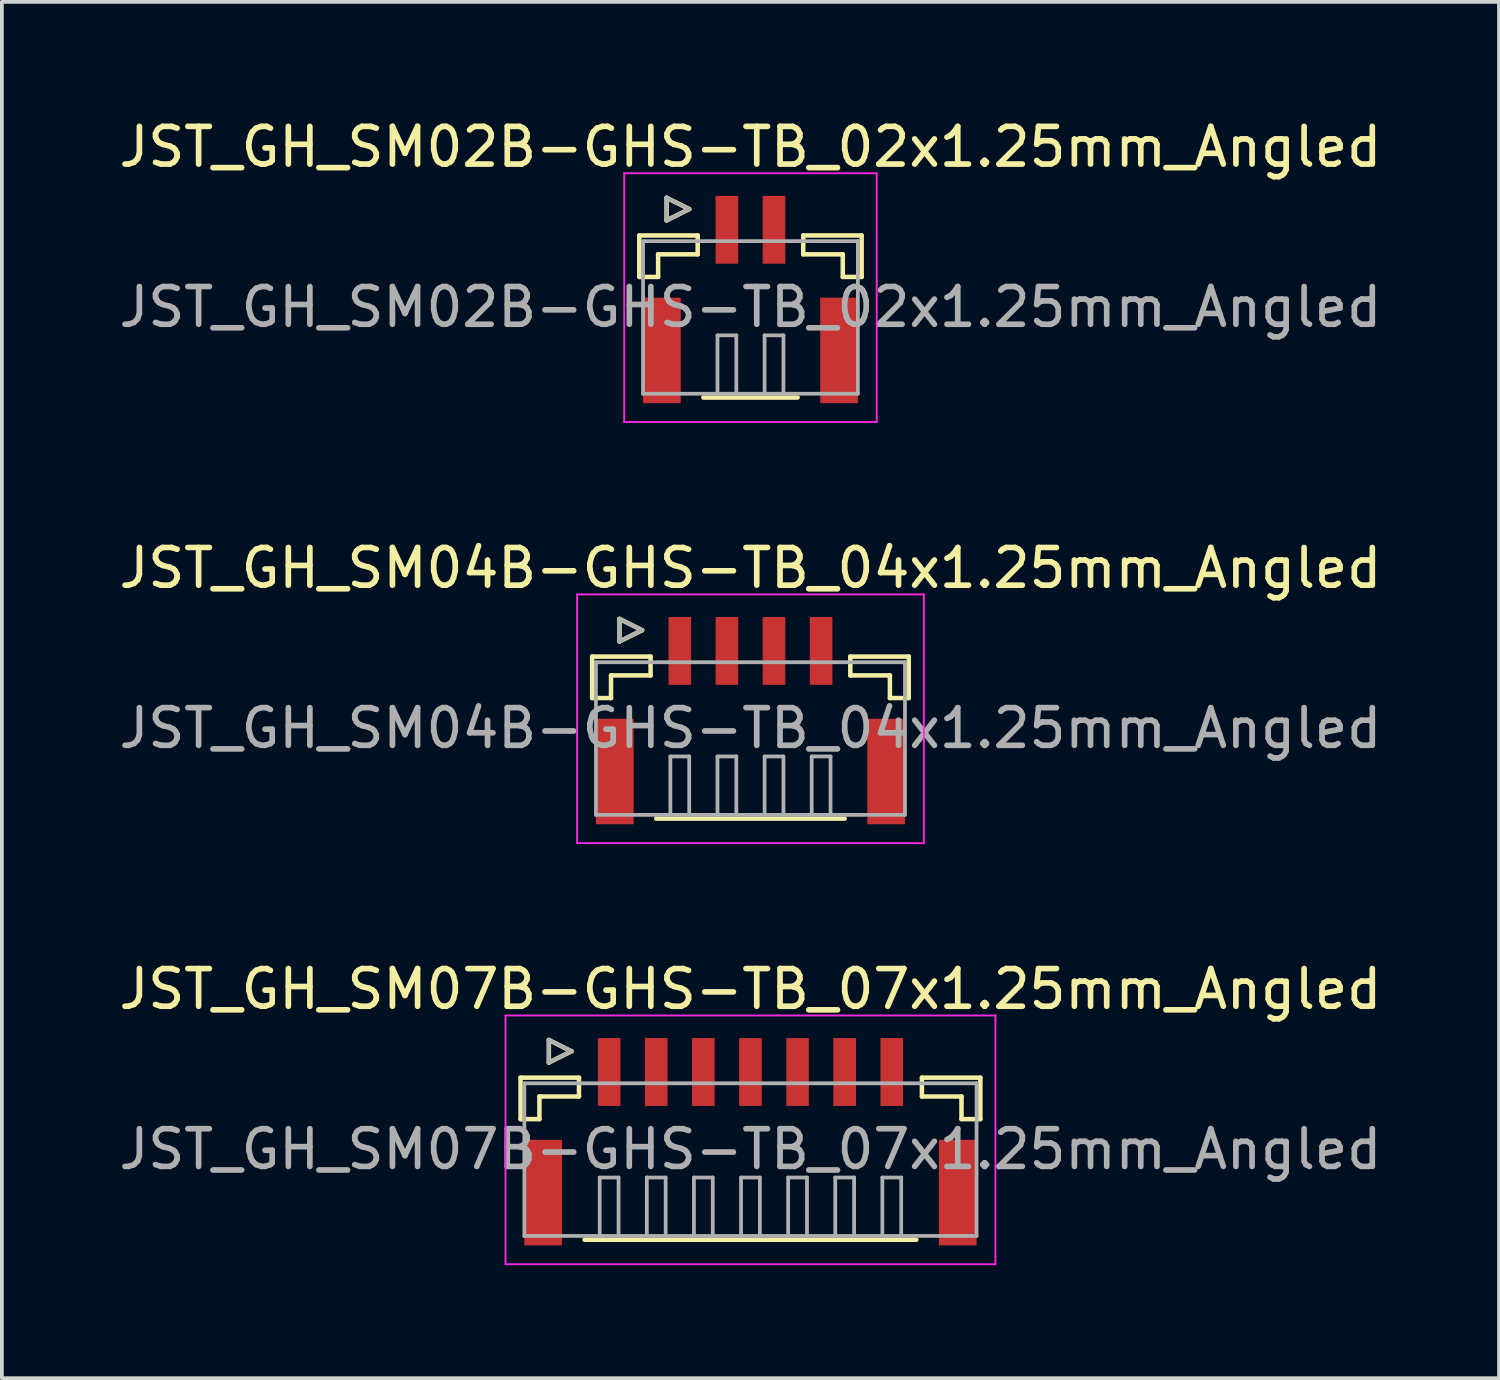
<source format=kicad_pcb>
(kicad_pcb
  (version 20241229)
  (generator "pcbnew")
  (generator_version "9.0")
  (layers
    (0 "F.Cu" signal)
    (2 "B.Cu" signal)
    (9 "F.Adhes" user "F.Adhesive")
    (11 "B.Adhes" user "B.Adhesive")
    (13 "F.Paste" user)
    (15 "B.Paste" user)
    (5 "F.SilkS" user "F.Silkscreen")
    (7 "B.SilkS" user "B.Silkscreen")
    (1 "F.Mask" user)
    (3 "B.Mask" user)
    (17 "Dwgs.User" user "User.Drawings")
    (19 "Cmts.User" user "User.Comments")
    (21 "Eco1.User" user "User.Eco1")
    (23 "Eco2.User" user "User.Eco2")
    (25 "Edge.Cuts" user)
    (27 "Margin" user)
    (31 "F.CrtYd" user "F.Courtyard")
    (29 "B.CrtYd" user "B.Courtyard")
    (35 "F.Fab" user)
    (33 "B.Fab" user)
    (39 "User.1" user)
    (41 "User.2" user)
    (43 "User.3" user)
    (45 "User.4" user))
  (footprint "JST_GH_SM07B-GHS-TB_07x1.25mm_Angled"
    (layer "F.Cu")
    (at 16.863 26.995)
    (property "Reference" "JST_GH_SM07B-GHS-TB_07x1.25mm_Angled" (at 0 -3.8 0) (layer "F.SilkS") (effects (font (size 1 1) (thickness 0.15))))
    (attr smd)
    (fp_line (start -6.1 -1.45) (end -4.55 -1.45) (stroke (width 0.12) (type solid)) (layer "F.SilkS"))
    (fp_line (start -6.1 -0.35) (end -6.1 -1.45) (stroke (width 0.12) (type solid)) (layer "F.SilkS"))
    (fp_line (start -5.6 -0.95) (end -5.6 -0.35) (stroke (width 0.12) (type solid)) (layer "F.SilkS"))
    (fp_line (start -5.6 -0.35) (end -6.1 -0.35) (stroke (width 0.12) (type solid)) (layer "F.SilkS"))
    (fp_line (start -5.35 -2.45) (end -5.35 -1.85) (stroke (width 0.12) (type solid)) (layer "F.SilkS"))
    (fp_line (start -5.35 -1.85) (end -4.75 -2.15) (stroke (width 0.12) (type solid)) (layer "F.SilkS"))
    (fp_line (start -4.75 -2.15) (end -5.35 -2.45) (stroke (width 0.12) (type solid)) (layer "F.SilkS"))
    (fp_line (start -4.55 -1.45) (end -4.55 -0.95) (stroke (width 0.12) (type solid)) (layer "F.SilkS"))
    (fp_line (start -4.55 -0.95) (end -5.6 -0.95) (stroke (width 0.12) (type solid)) (layer "F.SilkS"))
    (fp_line (start -4.4 2.85) (end 4.4 2.85) (stroke (width 0.12) (type solid)) (layer "F.SilkS"))
    (fp_line (start 4.55 -1.45) (end 4.55 -0.95) (stroke (width 0.12) (type solid)) (layer "F.SilkS"))
    (fp_line (start 4.55 -0.95) (end 5.6 -0.95) (stroke (width 0.12) (type solid)) (layer "F.SilkS"))
    (fp_line (start 5.6 -0.95) (end 5.6 -0.35) (stroke (width 0.12) (type solid)) (layer "F.SilkS"))
    (fp_line (start 5.6 -0.35) (end 6.1 -0.35) (stroke (width 0.12) (type solid)) (layer "F.SilkS"))
    (fp_line (start 6.1 -1.45) (end 4.55 -1.45) (stroke (width 0.12) (type solid)) (layer "F.SilkS"))
    (fp_line (start 6.1 -0.35) (end 6.1 -1.45) (stroke (width 0.12) (type solid)) (layer "F.SilkS"))
    (fp_line (start -6.5 -3.1) (end -6.5 3.5) (stroke (width 0.05) (type solid)) (layer "F.CrtYd"))
    (fp_line (start -6.5 3.5) (end 6.5 3.5) (stroke (width 0.05) (type solid)) (layer "F.CrtYd"))
    (fp_line (start 6.5 -3.1) (end -6.5 -3.1) (stroke (width 0.05) (type solid)) (layer "F.CrtYd"))
    (fp_line (start 6.5 3.5) (end 6.5 -3.1) (stroke (width 0.05) (type solid)) (layer "F.CrtYd"))
    (fp_line (start -6 -1.3) (end -6 2.75) (stroke (width 0.1) (type solid)) (layer "F.Fab"))
    (fp_line (start -6 2.75) (end 6 2.75) (stroke (width 0.1) (type solid)) (layer "F.Fab"))
    (fp_line (start -5.35 -2.45) (end -5.35 -1.85) (stroke (width 0.1) (type solid)) (layer "F.Fab"))
    (fp_line (start -5.35 -1.85) (end -4.75 -2.15) (stroke (width 0.1) (type solid)) (layer "F.Fab"))
    (fp_line (start -4.75 -2.15) (end -5.35 -2.45) (stroke (width 0.1) (type solid)) (layer "F.Fab"))
    (fp_line (start -4 1.2) (end -3.5 1.2) (stroke (width 0.1) (type solid)) (layer "F.Fab"))
    (fp_line (start -4 2.7) (end -4 1.2) (stroke (width 0.1) (type solid)) (layer "F.Fab"))
    (fp_line (start -3.5 1.2) (end -3.5 2.7) (stroke (width 0.1) (type solid)) (layer "F.Fab"))
    (fp_line (start -2.75 1.2) (end -2.25 1.2) (stroke (width 0.1) (type solid)) (layer "F.Fab"))
    (fp_line (start -2.75 2.7) (end -2.75 1.2) (stroke (width 0.1) (type solid)) (layer "F.Fab"))
    (fp_line (start -2.25 1.2) (end -2.25 2.7) (stroke (width 0.1) (type solid)) (layer "F.Fab"))
    (fp_line (start -1.5 1.2) (end -1 1.2) (stroke (width 0.1) (type solid)) (layer "F.Fab"))
    (fp_line (start -1.5 2.7) (end -1.5 1.2) (stroke (width 0.1) (type solid)) (layer "F.Fab"))
    (fp_line (start -1 1.2) (end -1 2.7) (stroke (width 0.1) (type solid)) (layer "F.Fab"))
    (fp_line (start -0.25 1.2) (end 0.25 1.2) (stroke (width 0.1) (type solid)) (layer "F.Fab"))
    (fp_line (start -0.25 2.7) (end -0.25 1.2) (stroke (width 0.1) (type solid)) (layer "F.Fab"))
    (fp_line (start 0.25 1.2) (end 0.25 2.7) (stroke (width 0.1) (type solid)) (layer "F.Fab"))
    (fp_line (start 1 1.2) (end 1.5 1.2) (stroke (width 0.1) (type solid)) (layer "F.Fab"))
    (fp_line (start 1 2.7) (end 1 1.2) (stroke (width 0.1) (type solid)) (layer "F.Fab"))
    (fp_line (start 1.5 1.2) (end 1.5 2.7) (stroke (width 0.1) (type solid)) (layer "F.Fab"))
    (fp_line (start 2.25 1.2) (end 2.75 1.2) (stroke (width 0.1) (type solid)) (layer "F.Fab"))
    (fp_line (start 2.25 2.7) (end 2.25 1.2) (stroke (width 0.1) (type solid)) (layer "F.Fab"))
    (fp_line (start 2.75 1.2) (end 2.75 2.7) (stroke (width 0.1) (type solid)) (layer "F.Fab"))
    (fp_line (start 3.5 1.2) (end 4 1.2) (stroke (width 0.1) (type solid)) (layer "F.Fab"))
    (fp_line (start 3.5 2.7) (end 3.5 1.2) (stroke (width 0.1) (type solid)) (layer "F.Fab"))
    (fp_line (start 4 1.2) (end 4 2.7) (stroke (width 0.1) (type solid)) (layer "F.Fab"))
    (fp_line (start 6 -1.3) (end -6 -1.3) (stroke (width 0.1) (type solid)) (layer "F.Fab"))
    (fp_line (start 6 2.75) (end 6 -1.3) (stroke (width 0.1) (type solid)) (layer "F.Fab"))
    (fp_text user "${REFERENCE}" (at 0 0.45 0) (layer "F.Fab") (effects (font (size 1 1) (thickness 0.15))))
    (pad "" smd rect (at -5.5 1.6) (size 1 2.8) (layers "F.Cu" "F.Mask" "F.Paste"))
    (pad "" smd rect (at 5.5 1.6) (size 1 2.8) (layers "F.Cu" "F.Mask" "F.Paste"))
    (pad "1" smd rect (at -3.75 -1.6) (size 0.6 1.8) (layers "F.Cu" "F.Mask" "F.Paste"))
    (pad "2" smd rect (at -2.5 -1.6) (size 0.6 1.8) (layers "F.Cu" "F.Mask" "F.Paste"))
    (pad "3" smd rect (at -1.25 -1.6) (size 0.6 1.8) (layers "F.Cu" "F.Mask" "F.Paste"))
    (pad "4" smd rect (at 0 -1.6) (size 0.6 1.8) (layers "F.Cu" "F.Mask" "F.Paste"))
    (pad "5" smd rect (at 1.25 -1.6) (size 0.6 1.8) (layers "F.Cu" "F.Mask" "F.Paste"))
    (pad "6" smd rect (at 2.5 -1.6) (size 0.6 1.8) (layers "F.Cu" "F.Mask" "F.Paste"))
    (pad "7" smd rect (at 3.75 -1.6) (size 0.6 1.8) (layers "F.Cu" "F.Mask" "F.Paste")))
  (footprint "JST_GH_SM02B-GHS-TB_02x1.25mm_Angled"
    (layer "F.Cu")
    (at 16.863 4.648)
    (property "Reference" "JST_GH_SM02B-GHS-TB_02x1.25mm_Angled" (at 0 -3.8 0) (layer "F.SilkS") (effects (font (size 1 1) (thickness 0.15))))
    (attr smd)
    (fp_line (start -2.95 -1.45) (end -1.4 -1.45) (stroke (width 0.12) (type solid)) (layer "F.SilkS"))
    (fp_line (start -2.95 -0.35) (end -2.95 -1.45) (stroke (width 0.12) (type solid)) (layer "F.SilkS"))
    (fp_line (start -2.45 -0.95) (end -2.45 -0.35) (stroke (width 0.12) (type solid)) (layer "F.SilkS"))
    (fp_line (start -2.45 -0.35) (end -2.95 -0.35) (stroke (width 0.12) (type solid)) (layer "F.SilkS"))
    (fp_line (start -2.225 -2.45) (end -2.225 -1.85) (stroke (width 0.12) (type solid)) (layer "F.SilkS"))
    (fp_line (start -2.225 -1.85) (end -1.625 -2.15) (stroke (width 0.12) (type solid)) (layer "F.SilkS"))
    (fp_line (start -1.625 -2.15) (end -2.225 -2.45) (stroke (width 0.12) (type solid)) (layer "F.SilkS"))
    (fp_line (start -1.4 -1.45) (end -1.4 -0.95) (stroke (width 0.12) (type solid)) (layer "F.SilkS"))
    (fp_line (start -1.4 -0.95) (end -2.45 -0.95) (stroke (width 0.12) (type solid)) (layer "F.SilkS"))
    (fp_line (start -1.25 2.85) (end 1.25 2.85) (stroke (width 0.12) (type solid)) (layer "F.SilkS"))
    (fp_line (start 1.4 -1.45) (end 1.4 -0.95) (stroke (width 0.12) (type solid)) (layer "F.SilkS"))
    (fp_line (start 1.4 -0.95) (end 2.45 -0.95) (stroke (width 0.12) (type solid)) (layer "F.SilkS"))
    (fp_line (start 2.45 -0.95) (end 2.45 -0.35) (stroke (width 0.12) (type solid)) (layer "F.SilkS"))
    (fp_line (start 2.45 -0.35) (end 2.95 -0.35) (stroke (width 0.12) (type solid)) (layer "F.SilkS"))
    (fp_line (start 2.95 -1.45) (end 1.4 -1.45) (stroke (width 0.12) (type solid)) (layer "F.SilkS"))
    (fp_line (start 2.95 -0.35) (end 2.95 -1.45) (stroke (width 0.12) (type solid)) (layer "F.SilkS"))
    (fp_line (start -3.35 -3.1) (end -3.35 3.5) (stroke (width 0.05) (type solid)) (layer "F.CrtYd"))
    (fp_line (start -3.35 3.5) (end 3.35 3.5) (stroke (width 0.05) (type solid)) (layer "F.CrtYd"))
    (fp_line (start 3.35 -3.1) (end -3.35 -3.1) (stroke (width 0.05) (type solid)) (layer "F.CrtYd"))
    (fp_line (start 3.35 3.5) (end 3.35 -3.1) (stroke (width 0.05) (type solid)) (layer "F.CrtYd"))
    (fp_line (start -2.85 -1.3) (end -2.85 2.75) (stroke (width 0.1) (type solid)) (layer "F.Fab"))
    (fp_line (start -2.85 2.75) (end 2.85 2.75) (stroke (width 0.1) (type solid)) (layer "F.Fab"))
    (fp_line (start -2.225 -2.45) (end -2.225 -1.85) (stroke (width 0.1) (type solid)) (layer "F.Fab"))
    (fp_line (start -2.225 -1.85) (end -1.625 -2.15) (stroke (width 0.1) (type solid)) (layer "F.Fab"))
    (fp_line (start -1.625 -2.15) (end -2.225 -2.45) (stroke (width 0.1) (type solid)) (layer "F.Fab"))
    (fp_line (start -0.875 1.2) (end -0.375 1.2) (stroke (width 0.1) (type solid)) (layer "F.Fab"))
    (fp_line (start -0.875 2.7) (end -0.875 1.2) (stroke (width 0.1) (type solid)) (layer "F.Fab"))
    (fp_line (start -0.375 1.2) (end -0.375 2.7) (stroke (width 0.1) (type solid)) (layer "F.Fab"))
    (fp_line (start 0.375 1.2) (end 0.875 1.2) (stroke (width 0.1) (type solid)) (layer "F.Fab"))
    (fp_line (start 0.375 2.7) (end 0.375 1.2) (stroke (width 0.1) (type solid)) (layer "F.Fab"))
    (fp_line (start 0.875 1.2) (end 0.875 2.7) (stroke (width 0.1) (type solid)) (layer "F.Fab"))
    (fp_line (start 2.85 -1.3) (end -2.85 -1.3) (stroke (width 0.1) (type solid)) (layer "F.Fab"))
    (fp_line (start 2.85 2.75) (end 2.85 -1.3) (stroke (width 0.1) (type solid)) (layer "F.Fab"))
    (fp_text user "${REFERENCE}" (at 0 0.45 0) (layer "F.Fab") (effects (font (size 1 1) (thickness 0.15))))
    (pad "" smd rect (at -2.35 1.6) (size 1 2.8) (layers "F.Cu" "F.Mask" "F.Paste"))
    (pad "" smd rect (at 2.35 1.6) (size 1 2.8) (layers "F.Cu" "F.Mask" "F.Paste"))
    (pad "1" smd rect (at -0.625 -1.6) (size 0.6 1.8) (layers "F.Cu" "F.Mask" "F.Paste"))
    (pad "2" smd rect (at 0.625 -1.6) (size 0.6 1.8) (layers "F.Cu" "F.Mask" "F.Paste")))
  (footprint "JST_GH_SM04B-GHS-TB_04x1.25mm_Angled"
    (layer "F.Cu")
    (at 16.863 15.822)
    (property "Reference" "JST_GH_SM04B-GHS-TB_04x1.25mm_Angled" (at 0 -3.8 0) (layer "F.SilkS") (effects (font (size 1 1) (thickness 0.15))))
    (attr smd)
    (fp_line (start -4.2 -1.45) (end -2.65 -1.45) (stroke (width 0.12) (type solid)) (layer "F.SilkS"))
    (fp_line (start -4.2 -0.35) (end -4.2 -1.45) (stroke (width 0.12) (type solid)) (layer "F.SilkS"))
    (fp_line (start -3.7 -0.95) (end -3.7 -0.35) (stroke (width 0.12) (type solid)) (layer "F.SilkS"))
    (fp_line (start -3.7 -0.35) (end -4.2 -0.35) (stroke (width 0.12) (type solid)) (layer "F.SilkS"))
    (fp_line (start -3.475 -2.45) (end -3.475 -1.85) (stroke (width 0.12) (type solid)) (layer "F.SilkS"))
    (fp_line (start -3.475 -1.85) (end -2.875 -2.15) (stroke (width 0.12) (type solid)) (layer "F.SilkS"))
    (fp_line (start -2.875 -2.15) (end -3.475 -2.45) (stroke (width 0.12) (type solid)) (layer "F.SilkS"))
    (fp_line (start -2.65 -1.45) (end -2.65 -0.95) (stroke (width 0.12) (type solid)) (layer "F.SilkS"))
    (fp_line (start -2.65 -0.95) (end -3.7 -0.95) (stroke (width 0.12) (type solid)) (layer "F.SilkS"))
    (fp_line (start -2.5 2.85) (end 2.5 2.85) (stroke (width 0.12) (type solid)) (layer "F.SilkS"))
    (fp_line (start 2.65 -1.45) (end 2.65 -0.95) (stroke (width 0.12) (type solid)) (layer "F.SilkS"))
    (fp_line (start 2.65 -0.95) (end 3.7 -0.95) (stroke (width 0.12) (type solid)) (layer "F.SilkS"))
    (fp_line (start 3.7 -0.95) (end 3.7 -0.35) (stroke (width 0.12) (type solid)) (layer "F.SilkS"))
    (fp_line (start 3.7 -0.35) (end 4.2 -0.35) (stroke (width 0.12) (type solid)) (layer "F.SilkS"))
    (fp_line (start 4.2 -1.45) (end 2.65 -1.45) (stroke (width 0.12) (type solid)) (layer "F.SilkS"))
    (fp_line (start 4.2 -0.35) (end 4.2 -1.45) (stroke (width 0.12) (type solid)) (layer "F.SilkS"))
    (fp_line (start -4.6 -3.1) (end -4.6 3.5) (stroke (width 0.05) (type solid)) (layer "F.CrtYd"))
    (fp_line (start -4.6 3.5) (end 4.6 3.5) (stroke (width 0.05) (type solid)) (layer "F.CrtYd"))
    (fp_line (start 4.6 -3.1) (end -4.6 -3.1) (stroke (width 0.05) (type solid)) (layer "F.CrtYd"))
    (fp_line (start 4.6 3.5) (end 4.6 -3.1) (stroke (width 0.05) (type solid)) (layer "F.CrtYd"))
    (fp_line (start -4.1 -1.3) (end -4.1 2.75) (stroke (width 0.1) (type solid)) (layer "F.Fab"))
    (fp_line (start -4.1 2.75) (end 4.1 2.75) (stroke (width 0.1) (type solid)) (layer "F.Fab"))
    (fp_line (start -3.475 -2.45) (end -3.475 -1.85) (stroke (width 0.1) (type solid)) (layer "F.Fab"))
    (fp_line (start -3.475 -1.85) (end -2.875 -2.15) (stroke (width 0.1) (type solid)) (layer "F.Fab"))
    (fp_line (start -2.875 -2.15) (end -3.475 -2.45) (stroke (width 0.1) (type solid)) (layer "F.Fab"))
    (fp_line (start -2.125 1.2) (end -1.625 1.2) (stroke (width 0.1) (type solid)) (layer "F.Fab"))
    (fp_line (start -2.125 2.7) (end -2.125 1.2) (stroke (width 0.1) (type solid)) (layer "F.Fab"))
    (fp_line (start -1.625 1.2) (end -1.625 2.7) (stroke (width 0.1) (type solid)) (layer "F.Fab"))
    (fp_line (start -0.875 1.2) (end -0.375 1.2) (stroke (width 0.1) (type solid)) (layer "F.Fab"))
    (fp_line (start -0.875 2.7) (end -0.875 1.2) (stroke (width 0.1) (type solid)) (layer "F.Fab"))
    (fp_line (start -0.375 1.2) (end -0.375 2.7) (stroke (width 0.1) (type solid)) (layer "F.Fab"))
    (fp_line (start 0.375 1.2) (end 0.875 1.2) (stroke (width 0.1) (type solid)) (layer "F.Fab"))
    (fp_line (start 0.375 2.7) (end 0.375 1.2) (stroke (width 0.1) (type solid)) (layer "F.Fab"))
    (fp_line (start 0.875 1.2) (end 0.875 2.7) (stroke (width 0.1) (type solid)) (layer "F.Fab"))
    (fp_line (start 1.625 1.2) (end 2.125 1.2) (stroke (width 0.1) (type solid)) (layer "F.Fab"))
    (fp_line (start 1.625 2.7) (end 1.625 1.2) (stroke (width 0.1) (type solid)) (layer "F.Fab"))
    (fp_line (start 2.125 1.2) (end 2.125 2.7) (stroke (width 0.1) (type solid)) (layer "F.Fab"))
    (fp_line (start 4.1 -1.3) (end -4.1 -1.3) (stroke (width 0.1) (type solid)) (layer "F.Fab"))
    (fp_line (start 4.1 2.75) (end 4.1 -1.3) (stroke (width 0.1) (type solid)) (layer "F.Fab"))
    (fp_text user "${REFERENCE}" (at 0 0.45 0) (layer "F.Fab") (effects (font (size 1 1) (thickness 0.15))))
    (pad "" smd rect (at -3.6 1.6) (size 1 2.8) (layers "F.Cu" "F.Mask" "F.Paste"))
    (pad "" smd rect (at 3.6 1.6) (size 1 2.8) (layers "F.Cu" "F.Mask" "F.Paste"))
    (pad "1" smd rect (at -1.875 -1.6) (size 0.6 1.8) (layers "F.Cu" "F.Mask" "F.Paste"))
    (pad "2" smd rect (at -0.625 -1.6) (size 0.6 1.8) (layers "F.Cu" "F.Mask" "F.Paste"))
    (pad "3" smd rect (at 0.625 -1.6) (size 0.6 1.8) (layers "F.Cu" "F.Mask" "F.Paste"))
    (pad "4" smd rect (at 1.875 -1.6) (size 0.6 1.8) (layers "F.Cu" "F.Mask" "F.Paste")))
  (gr_rect
    (start -3 -3)
    (end 36.726 33.52)
    (stroke (width 0.1) (type default))
    (fill no)
    (layer "Edge.Cuts")))
</source>
